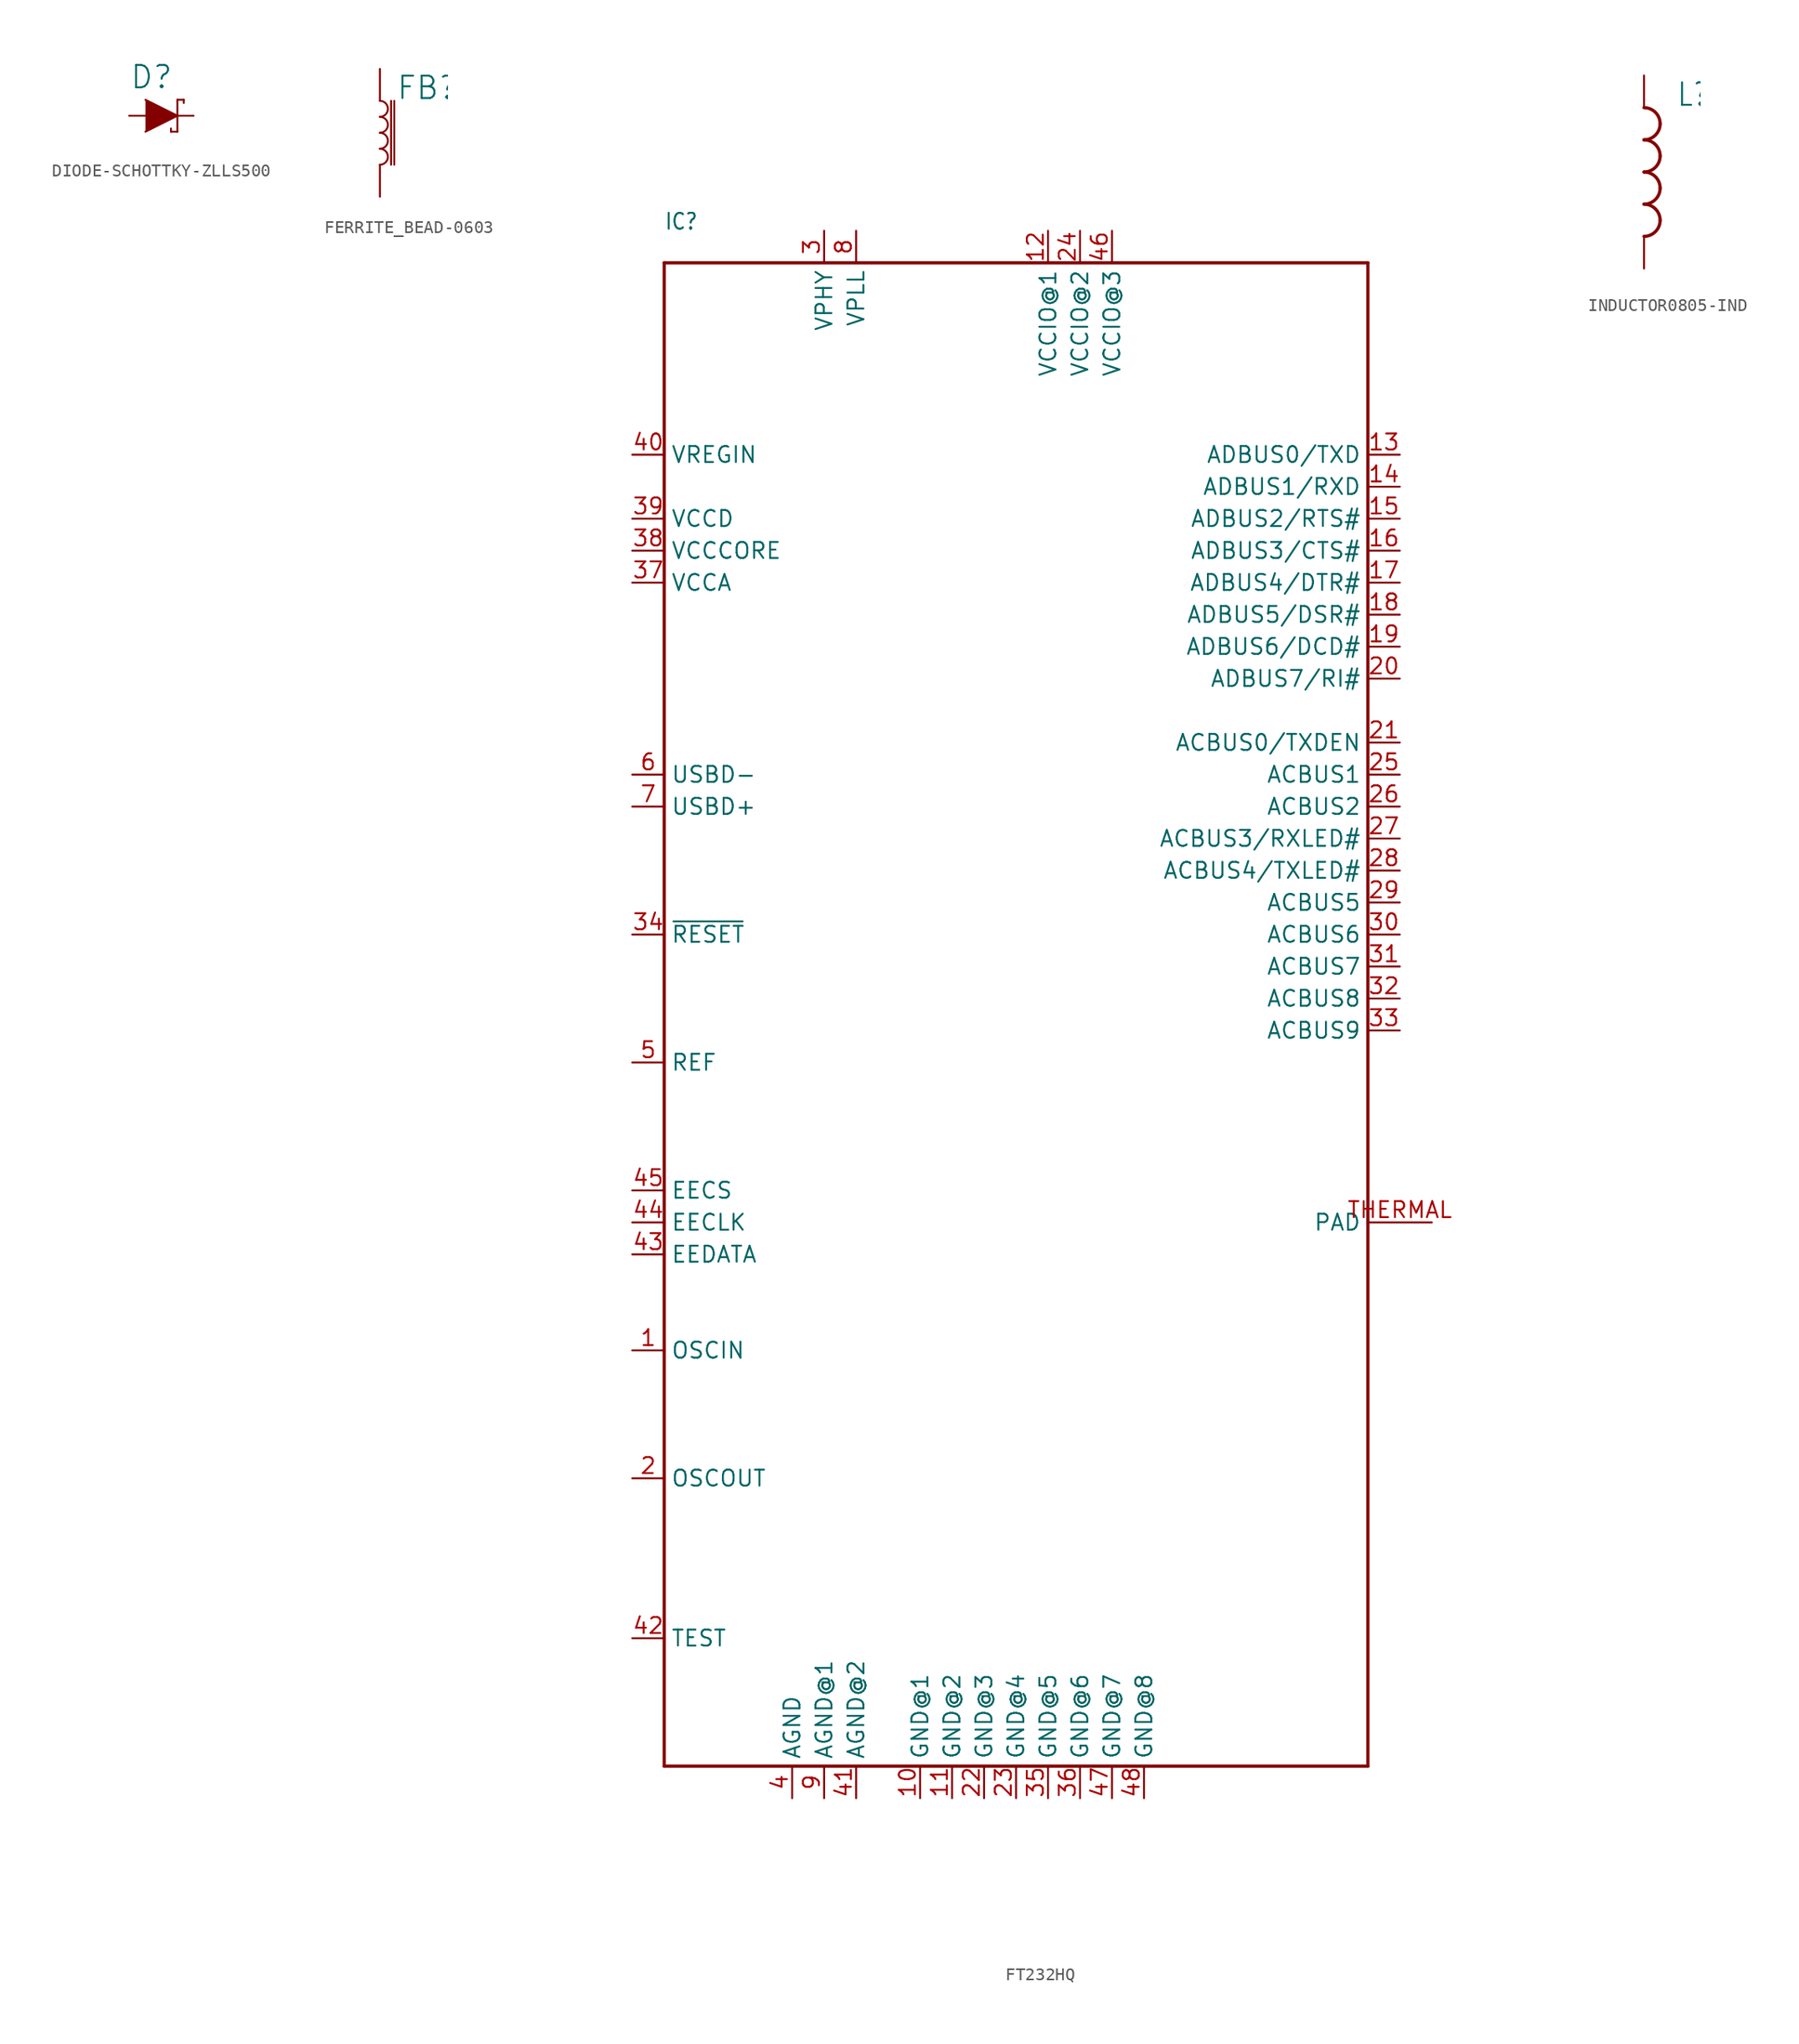
<source format=kicad_sym>
(kicad_symbol_lib
  (version 20231120)
  (generator "kicad_symbol_editor")
  (generator_version "8.0")
  (symbol "DIODE-SCHOTTKY-ZLLS500"
    (property "Reference" "D"
      (at -2.54 2.032 0)
      (effects (font (size 1.778 1.778)) (justify left bottom)))
    (property "Value" ""
      (at -2.54 -2.032 0)
      (effects (font (size 1.778 1.778)) (justify left top)))
    (property "ki_locked" ""
      (at 0 0 0)
      (effects (font (size 1.27 1.27))))
    (symbol "DIODE-SCHOTTKY-ZLLS500_1_0"
      (polyline (pts (xy -2.54 0) (xy -1.27 0)) (stroke (width 0.152) (type solid)) (fill (type none)))
      (polyline (pts (xy 0.762 -1.27) (xy 0.762 -1.016)) (stroke (width 0.152) (type solid)) (fill (type none)))
      (polyline (pts (xy 1.27 -1.27) (xy 0.762 -1.27)) (stroke (width 0.152) (type solid)) (fill (type none)))
      (polyline (pts (xy 1.27 0) (xy 1.27 -1.27)) (stroke (width 0.152) (type solid)) (fill (type none)))
      (polyline (pts (xy 1.27 1.27) (xy 1.27 0)) (stroke (width 0.152) (type solid)) (fill (type none)))
      (polyline (pts (xy 1.27 1.27) (xy 1.778 1.27)) (stroke (width 0.152) (type solid)) (fill (type none)))
      (polyline (pts (xy 1.778 1.27) (xy 1.778 1.016)) (stroke (width 0.152) (type solid)) (fill (type none)))
      (polyline (pts (xy 2.54 0) (xy 1.27 0)) (stroke (width 0.152) (type solid)) (fill (type none)))
      (polyline (pts (xy -1.27 1.27) (xy 1.27 0) (xy -1.27 -1.27)) (stroke (width 0.152) (type solid)) (fill (type outline)))
      (pin passive line (at -2.54 0 0) (length 0) (name "A" (effects (font (size 0 0)))) (number "1" (effects (font (size 0 0)))))
      (pin passive line (at 2.54 0 180) (length 0) (name "C" (effects (font (size 0 0)))) (number "3" (effects (font (size 0 0)))))))
  (symbol "FERRITE_BEAD-0603"
    (property "Reference" "FB"
      (at 1.27 2.54 0)
      (effects (font (size 1.778 1.778)) (justify left bottom)))
    (property "Value" ""
      (at 1.27 -2.54 0)
      (effects (font (size 1.778 1.778)) (justify left top)))
    (property "ki_locked" ""
      (at 0 0 0)
      (effects (font (size 1.27 1.27))))
    (symbol "FERRITE_BEAD-0603_1_0"
      (arc (start 0 -2.54) (mid 0.635 -1.905) (end 0 -1.27) (stroke (width 0.1524) (type solid)) (fill (type none)))
      (arc (start 0 -1.27) (mid 0.635 -0.635) (end 0 0) (stroke (width 0.1524) (type solid)) (fill (type none)))
      (polyline (pts (xy 0.889 2.54) (xy 0.889 -2.54)) (stroke (width 0.152) (type solid)) (fill (type none)))
      (polyline (pts (xy 1.143 2.54) (xy 1.143 -2.54)) (stroke (width 0.152) (type solid)) (fill (type none)))
      (arc (start 0 0) (mid 0.635 0.635) (end 0 1.27) (stroke (width 0.1524) (type solid)) (fill (type none)))
      (arc (start 0 1.27) (mid 0.635 1.905) (end 0 2.54) (stroke (width 0.1524) (type solid)) (fill (type none)))
      (pin passive line (at 0 5.08 270) (length 2.54) (name "1" (effects (font (size 0 0)))) (number "1" (effects (font (size 0 0)))))
      (pin passive line (at 0 -5.08 90) (length 2.54) (name "2" (effects (font (size 0 0)))) (number "2" (effects (font (size 0 0)))))))
  (symbol "FT232HQ"
    (property "Reference" "IC"
      (at -30.48 55.88 0)
      (effects (font (size 1.27 1.079)) (justify left bottom)))
    (property "Value" ""
      (at -30.48 -68.58 0)
      (effects (font (size 1.27 1.079)) (justify left bottom)))
    (property "ki_locked" ""
      (at 0 0 0)
      (effects (font (size 1.27 1.27))))
    (symbol "FT232HQ_1_0"
      (polyline (pts (xy -30.48 -66.04) (xy -30.48 53.34)) (stroke (width 0.254) (type solid)) (fill (type none)))
      (polyline (pts (xy -30.48 53.34) (xy 25.4 53.34)) (stroke (width 0.254) (type solid)) (fill (type none)))
      (polyline (pts (xy 25.4 -66.04) (xy -30.48 -66.04)) (stroke (width 0.254) (type solid)) (fill (type none)))
      (polyline (pts (xy 25.4 53.34) (xy 25.4 -66.04)) (stroke (width 0.254) (type solid)) (fill (type none)))
      (pin input line (at -33.02 -33.02 0) (length 2.54) (name "OSCIN" (effects (font (size 1.27 1.27)))) (number "1" (effects (font (size 1.27 1.27)))))
      (pin power_in line (at -10.16 -68.58 90) (length 2.54) (name "GND@1" (effects (font (size 1.27 1.27)))) (number "10" (effects (font (size 1.27 1.27)))))
      (pin power_in line (at -7.62 -68.58 90) (length 2.54) (name "GND@2" (effects (font (size 1.27 1.27)))) (number "11" (effects (font (size 1.27 1.27)))))
      (pin power_in line (at 0 55.88 270) (length 2.54) (name "VCCIO@1" (effects (font (size 1.27 1.27)))) (number "12" (effects (font (size 1.27 1.27)))))
      (pin output line (at 27.94 38.1 180) (length 2.54) (name "ADBUS0/TXD" (effects (font (size 1.27 1.27)))) (number "13" (effects (font (size 1.27 1.27)))))
      (pin input line (at 27.94 35.56 180) (length 2.54) (name "ADBUS1/RXD" (effects (font (size 1.27 1.27)))) (number "14" (effects (font (size 1.27 1.27)))))
      (pin output line (at 27.94 33.02 180) (length 2.54) (name "ADBUS2/RTS#" (effects (font (size 1.27 1.27)))) (number "15" (effects (font (size 1.27 1.27)))))
      (pin input line (at 27.94 30.48 180) (length 2.54) (name "ADBUS3/CTS#" (effects (font (size 1.27 1.27)))) (number "16" (effects (font (size 1.27 1.27)))))
      (pin output line (at 27.94 27.94 180) (length 2.54) (name "ADBUS4/DTR#" (effects (font (size 1.27 1.27)))) (number "17" (effects (font (size 1.27 1.27)))))
      (pin input line (at 27.94 25.4 180) (length 2.54) (name "ADBUS5/DSR#" (effects (font (size 1.27 1.27)))) (number "18" (effects (font (size 1.27 1.27)))))
      (pin input line (at 27.94 22.86 180) (length 2.54) (name "ADBUS6/DCD#" (effects (font (size 1.27 1.27)))) (number "19" (effects (font (size 1.27 1.27)))))
      (pin output line (at -33.02 -43.18 0) (length 2.54) (name "OSCOUT" (effects (font (size 1.27 1.27)))) (number "2" (effects (font (size 1.27 1.27)))))
      (pin input line (at 27.94 20.32 180) (length 2.54) (name "ADBUS7/RI#" (effects (font (size 1.27 1.27)))) (number "20" (effects (font (size 1.27 1.27)))))
      (pin bidirectional line (at 27.94 15.24 180) (length 2.54) (name "ACBUS0/TXDEN" (effects (font (size 1.27 1.27)))) (number "21" (effects (font (size 1.27 1.27)))))
      (pin power_in line (at -5.08 -68.58 90) (length 2.54) (name "GND@3" (effects (font (size 1.27 1.27)))) (number "22" (effects (font (size 1.27 1.27)))))
      (pin power_in line (at -2.54 -68.58 90) (length 2.54) (name "GND@4" (effects (font (size 1.27 1.27)))) (number "23" (effects (font (size 1.27 1.27)))))
      (pin power_in line (at 2.54 55.88 270) (length 2.54) (name "VCCIO@2" (effects (font (size 1.27 1.27)))) (number "24" (effects (font (size 1.27 1.27)))))
      (pin bidirectional line (at 27.94 12.7 180) (length 2.54) (name "ACBUS1" (effects (font (size 1.27 1.27)))) (number "25" (effects (font (size 1.27 1.27)))))
      (pin bidirectional line (at 27.94 10.16 180) (length 2.54) (name "ACBUS2" (effects (font (size 1.27 1.27)))) (number "26" (effects (font (size 1.27 1.27)))))
      (pin bidirectional line (at 27.94 7.62 180) (length 2.54) (name "ACBUS3/RXLED#" (effects (font (size 1.27 1.27)))) (number "27" (effects (font (size 1.27 1.27)))))
      (pin bidirectional line (at 27.94 5.08 180) (length 2.54) (name "ACBUS4/TXLED#" (effects (font (size 1.27 1.27)))) (number "28" (effects (font (size 1.27 1.27)))))
      (pin bidirectional line (at 27.94 2.54 180) (length 2.54) (name "ACBUS5" (effects (font (size 1.27 1.27)))) (number "29" (effects (font (size 1.27 1.27)))))
      (pin power_in line (at -17.78 55.88 270) (length 2.54) (name "VPHY" (effects (font (size 1.27 1.27)))) (number "3" (effects (font (size 1.27 1.27)))))
      (pin bidirectional line (at 27.94 0 180) (length 2.54) (name "ACBUS6" (effects (font (size 1.27 1.27)))) (number "30" (effects (font (size 1.27 1.27)))))
      (pin bidirectional line (at 27.94 -2.54 180) (length 2.54) (name "ACBUS7" (effects (font (size 1.27 1.27)))) (number "31" (effects (font (size 1.27 1.27)))))
      (pin bidirectional line (at 27.94 -5.08 180) (length 2.54) (name "ACBUS8" (effects (font (size 1.27 1.27)))) (number "32" (effects (font (size 1.27 1.27)))))
      (pin bidirectional line (at 27.94 -7.62 180) (length 2.54) (name "ACBUS9" (effects (font (size 1.27 1.27)))) (number "33" (effects (font (size 1.27 1.27)))))
      (pin input line (at -33.02 0 0) (length 2.54) (name "~{RESET}" (effects (font (size 1.27 1.27)))) (number "34" (effects (font (size 1.27 1.27)))))
      (pin power_in line (at 0 -68.58 90) (length 2.54) (name "GND@5" (effects (font (size 1.27 1.27)))) (number "35" (effects (font (size 1.27 1.27)))))
      (pin power_in line (at 2.54 -68.58 90) (length 2.54) (name "GND@6" (effects (font (size 1.27 1.27)))) (number "36" (effects (font (size 1.27 1.27)))))
      (pin power_in line (at -33.02 27.94 0) (length 2.54) (name "VCCA" (effects (font (size 1.27 1.27)))) (number "37" (effects (font (size 1.27 1.27)))))
      (pin power_in line (at -33.02 30.48 0) (length 2.54) (name "VCCCORE" (effects (font (size 1.27 1.27)))) (number "38" (effects (font (size 1.27 1.27)))))
      (pin power_in line (at -33.02 33.02 0) (length 2.54) (name "VCCD" (effects (font (size 1.27 1.27)))) (number "39" (effects (font (size 1.27 1.27)))))
      (pin power_in line (at -20.32 -68.58 90) (length 2.54) (name "AGND" (effects (font (size 1.27 1.27)))) (number "4" (effects (font (size 1.27 1.27)))))
      (pin power_in line (at -33.02 38.1 0) (length 2.54) (name "VREGIN" (effects (font (size 1.27 1.27)))) (number "40" (effects (font (size 1.27 1.27)))))
      (pin power_in line (at -15.24 -68.58 90) (length 2.54) (name "AGND@2" (effects (font (size 1.27 1.27)))) (number "41" (effects (font (size 1.27 1.27)))))
      (pin input line (at -33.02 -55.88 0) (length 2.54) (name "TEST" (effects (font (size 1.27 1.27)))) (number "42" (effects (font (size 1.27 1.27)))))
      (pin bidirectional line (at -33.02 -25.4 0) (length 2.54) (name "EEDATA" (effects (font (size 1.27 1.27)))) (number "43" (effects (font (size 1.27 1.27)))))
      (pin output line (at -33.02 -22.86 0) (length 2.54) (name "EECLK" (effects (font (size 1.27 1.27)))) (number "44" (effects (font (size 1.27 1.27)))))
      (pin bidirectional line (at -33.02 -20.32 0) (length 2.54) (name "EECS" (effects (font (size 1.27 1.27)))) (number "45" (effects (font (size 1.27 1.27)))))
      (pin power_in line (at 5.08 55.88 270) (length 2.54) (name "VCCIO@3" (effects (font (size 1.27 1.27)))) (number "46" (effects (font (size 1.27 1.27)))))
      (pin power_in line (at 5.08 -68.58 90) (length 2.54) (name "GND@7" (effects (font (size 1.27 1.27)))) (number "47" (effects (font (size 1.27 1.27)))))
      (pin power_in line (at 7.62 -68.58 90) (length 2.54) (name "GND@8" (effects (font (size 1.27 1.27)))) (number "48" (effects (font (size 1.27 1.27)))))
      (pin input line (at -33.02 -10.16 0) (length 2.54) (name "REF" (effects (font (size 1.27 1.27)))) (number "5" (effects (font (size 1.27 1.27)))))
      (pin bidirectional line (at -33.02 12.7 0) (length 2.54) (name "USBD-" (effects (font (size 1.27 1.27)))) (number "6" (effects (font (size 1.27 1.27)))))
      (pin bidirectional line (at -33.02 10.16 0) (length 2.54) (name "USBD+" (effects (font (size 1.27 1.27)))) (number "7" (effects (font (size 1.27 1.27)))))
      (pin power_in line (at -15.24 55.88 270) (length 2.54) (name "VPLL" (effects (font (size 1.27 1.27)))) (number "8" (effects (font (size 1.27 1.27)))))
      (pin power_in line (at -17.78 -68.58 90) (length 2.54) (name "AGND@1" (effects (font (size 1.27 1.27)))) (number "9" (effects (font (size 1.27 1.27)))))
      (pin passive line (at 30.48 -22.86 180) (length 5.08) (name "PAD" (effects (font (size 1.27 1.27)))) (number "THERMAL" (effects (font (size 1.27 1.27)))))))
  (symbol "INDUCTOR0805-IND"
    (property "Reference" "L"
      (at 2.54 5.08 0)
      (effects (font (size 1.778 1.511)) (justify left bottom)))
    (property "Value" ""
      (at 2.54 -5.08 0)
      (effects (font (size 1.778 1.511)) (justify left bottom)))
    (property "ki_locked" ""
      (at 0 0 0)
      (effects (font (size 1.27 1.27))))
    (symbol "INDUCTOR0805-IND_1_0"
      (arc (start 0 -5.08) (mid 0.898 -4.708) (end 1.27 -3.81) (stroke (width 0.254) (type solid)) (fill (type none)))
      (arc (start 0 -2.54) (mid 0.898 -2.168) (end 1.27 -1.27) (stroke (width 0.254) (type solid)) (fill (type none)))
      (arc (start 0 0) (mid 0.898 0.372) (end 1.27 1.27) (stroke (width 0.254) (type solid)) (fill (type none)))
      (arc (start 0 2.54) (mid 0.898 2.912) (end 1.27 3.81) (stroke (width 0.254) (type solid)) (fill (type none)))
      (arc (start 1.27 -3.81) (mid 0.898 -2.912) (end 0 -2.54) (stroke (width 0.254) (type solid)) (fill (type none)))
      (arc (start 1.27 -1.27) (mid 0.898 -0.372) (end 0 0) (stroke (width 0.254) (type solid)) (fill (type none)))
      (arc (start 1.27 1.27) (mid 0.898 2.168) (end 0 2.54) (stroke (width 0.254) (type solid)) (fill (type none)))
      (arc (start 1.27 3.81) (mid 0.898 4.708) (end 0 5.08) (stroke (width 0.254) (type solid)) (fill (type none)))
      (pin passive line (at 0 7.62 270) (length 2.54) (name "1" (effects (font (size 0 0)))) (number "1" (effects (font (size 0 0)))))
      (pin passive line (at 0 -7.62 90) (length 2.54) (name "2" (effects (font (size 0 0)))) (number "2" (effects (font (size 0 0))))))))
</source>
